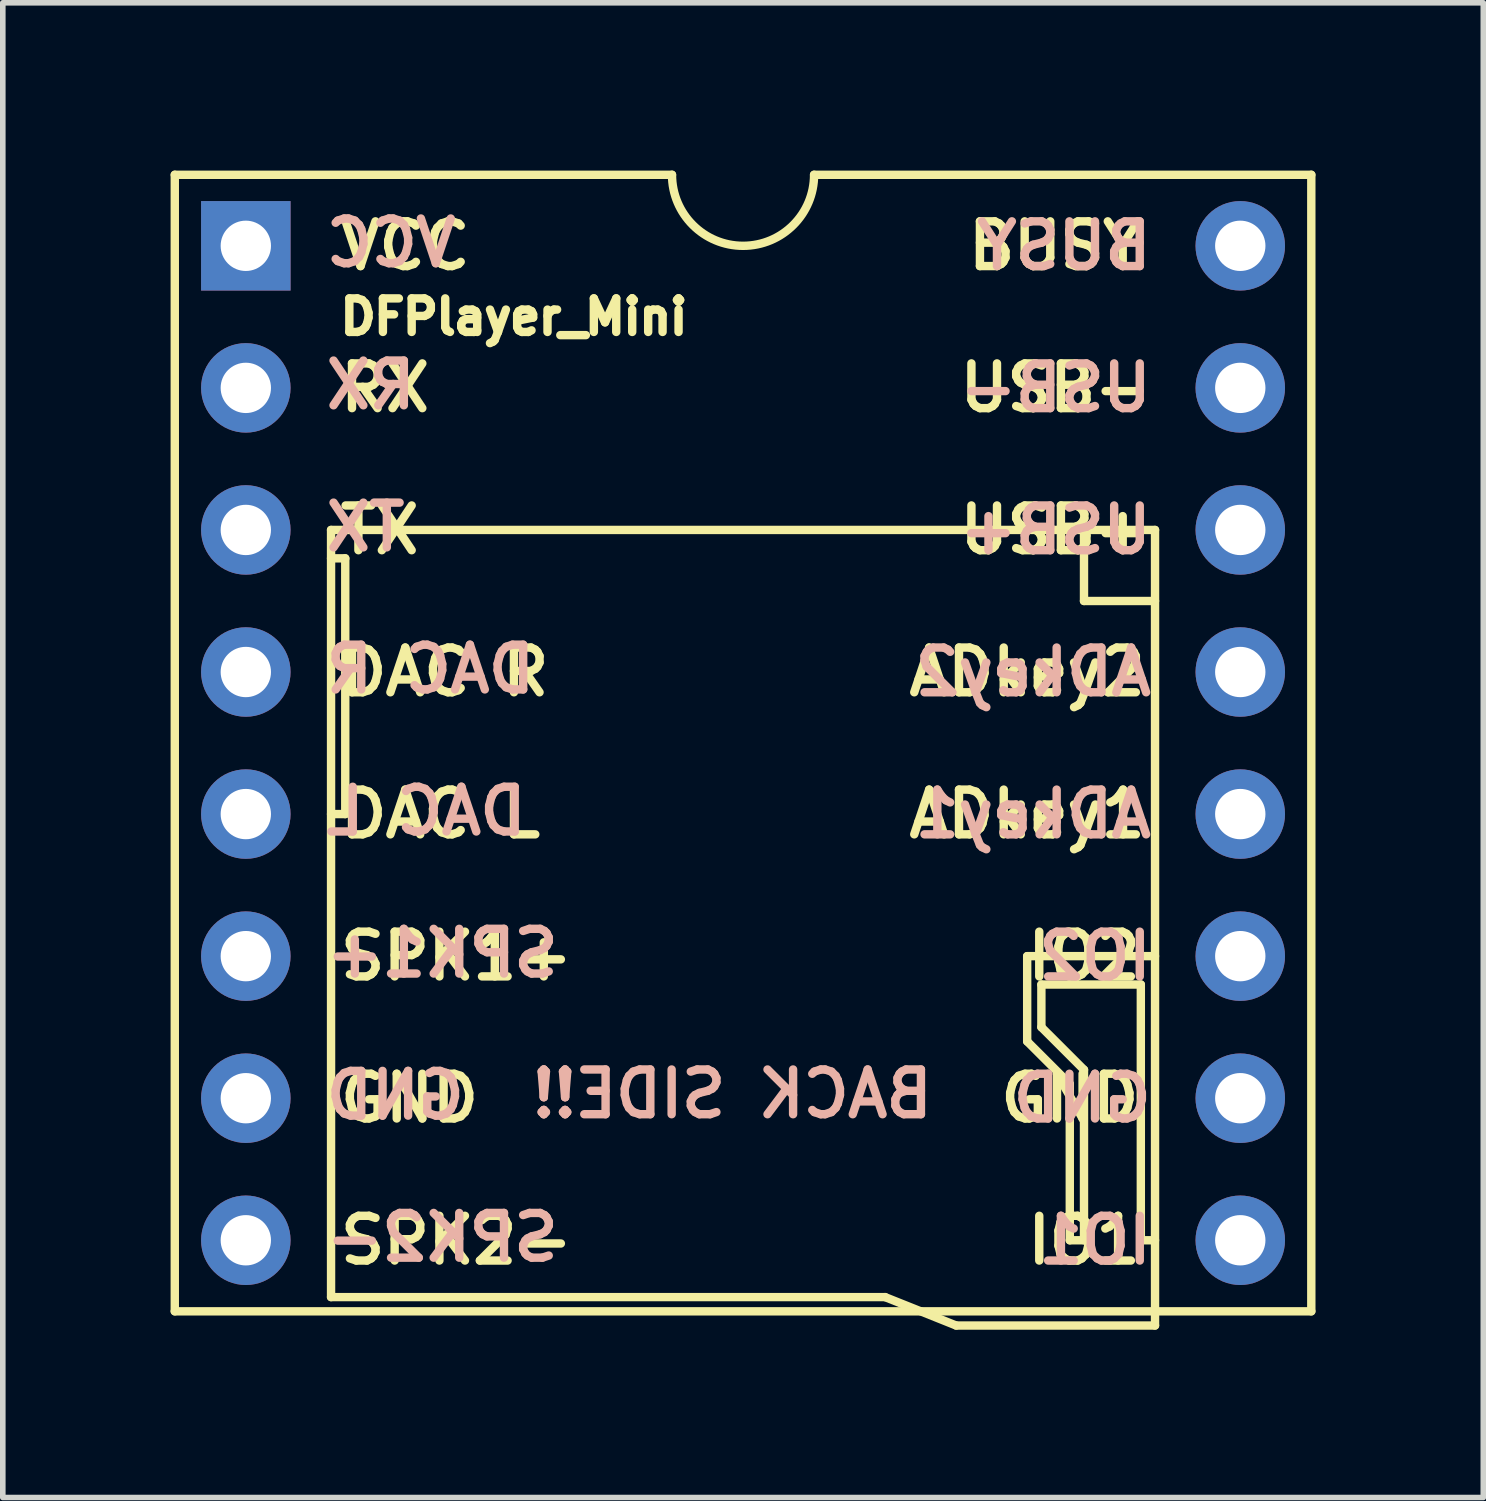
<source format=kicad_pcb>
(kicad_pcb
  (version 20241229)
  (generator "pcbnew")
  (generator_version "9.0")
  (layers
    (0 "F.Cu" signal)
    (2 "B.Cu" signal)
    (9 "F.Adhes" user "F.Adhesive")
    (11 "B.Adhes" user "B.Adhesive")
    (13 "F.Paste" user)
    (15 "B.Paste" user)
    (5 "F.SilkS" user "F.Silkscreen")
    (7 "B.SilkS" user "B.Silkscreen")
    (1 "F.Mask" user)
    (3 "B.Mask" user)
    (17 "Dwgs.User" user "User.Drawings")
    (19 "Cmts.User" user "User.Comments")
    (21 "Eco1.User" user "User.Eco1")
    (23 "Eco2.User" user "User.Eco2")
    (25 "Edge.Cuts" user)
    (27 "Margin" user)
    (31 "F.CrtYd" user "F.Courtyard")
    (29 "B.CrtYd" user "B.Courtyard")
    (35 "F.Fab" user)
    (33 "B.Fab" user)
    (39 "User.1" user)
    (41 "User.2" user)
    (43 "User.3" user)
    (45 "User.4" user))
  (footprint "DFPlayer_Mini"
    (layer "F.Cu")
    (at 10.235 11.505)
    (property "Reference" "DFPlayer_Mini" (at -4.096 -8.89 0) (layer "F.SilkS") (effects (font (size 0.6 0.6) (thickness 0.15))))
    (attr through_hole)
    (fp_line (start -10.16 8.89) (end -10.16 -11.43) (stroke (width 0.15) (type solid)) (layer "F.SilkS"))
    (fp_line (start -10.16 8.89) (end 10.16 8.89) (stroke (width 0.15) (type solid)) (layer "F.SilkS"))
    (fp_line (start -7.366 -5.08) (end -7.366 8.636) (stroke (width 0.15) (type solid)) (layer "F.SilkS"))
    (fp_line (start -7.366 -5.08) (end 7.366 -5.08) (stroke (width 0.15) (type solid)) (layer "F.SilkS"))
    (fp_line (start -7.366 -4.572) (end -7.112 -4.572) (stroke (width 0.15) (type solid)) (layer "F.SilkS"))
    (fp_line (start -7.366 8.636) (end 2.54 8.636) (stroke (width 0.15) (type solid)) (layer "F.SilkS"))
    (fp_line (start -7.112 -4.572) (end -7.112 0) (stroke (width 0.15) (type solid)) (layer "F.SilkS"))
    (fp_line (start -7.112 0) (end -7.366 0) (stroke (width 0.15) (type solid)) (layer "F.SilkS"))
    (fp_line (start -1.27 -11.43) (end -10.16 -11.43) (stroke (width 0.15) (type solid)) (layer "F.SilkS"))
    (fp_line (start 3.81 9.144) (end 2.54 8.636) (stroke (width 0.15) (type solid)) (layer "F.SilkS"))
    (fp_line (start 3.81 9.144) (end 7.366 9.144) (stroke (width 0.15) (type solid)) (layer "F.SilkS"))
    (fp_line (start 5.08 4.064) (end 5.08 2.54) (stroke (width 0.15) (type solid)) (layer "F.SilkS"))
    (fp_line (start 5.334 3.048) (end 5.334 3.81) (stroke (width 0.15) (type solid)) (layer "F.SilkS"))
    (fp_line (start 5.334 3.81) (end 6.096 4.572) (stroke (width 0.15) (type solid)) (layer "F.SilkS"))
    (fp_line (start 5.842 4.826) (end 5.08 4.064) (stroke (width 0.15) (type solid)) (layer "F.SilkS"))
    (fp_line (start 5.842 7.62) (end 5.842 4.826) (stroke (width 0.15) (type solid)) (layer "F.SilkS"))
    (fp_line (start 6.096 -3.81) (end 6.096 -5.08) (stroke (width 0.15) (type solid)) (layer "F.SilkS"))
    (fp_line (start 6.096 4.572) (end 6.096 7.62) (stroke (width 0.15) (type solid)) (layer "F.SilkS"))
    (fp_line (start 6.096 7.62) (end 5.842 7.62) (stroke (width 0.15) (type solid)) (layer "F.SilkS"))
    (fp_line (start 7.112 3.048) (end 5.334 3.048) (stroke (width 0.15) (type solid)) (layer "F.SilkS"))
    (fp_line (start 7.112 7.62) (end 7.112 3.048) (stroke (width 0.15) (type solid)) (layer "F.SilkS"))
    (fp_line (start 7.366 -5.08) (end 7.366 9.144) (stroke (width 0.15) (type solid)) (layer "F.SilkS"))
    (fp_line (start 7.366 -3.81) (end 6.096 -3.81) (stroke (width 0.15) (type solid)) (layer "F.SilkS"))
    (fp_line (start 7.366 2.54) (end 5.08 2.54) (stroke (width 0.15) (type solid)) (layer "F.SilkS"))
    (fp_line (start 7.366 7.62) (end 7.112 7.62) (stroke (width 0.15) (type solid)) (layer "F.SilkS"))
    (fp_line (start 10.16 -11.43) (end 1.27 -11.43) (stroke (width 0.15) (type solid)) (layer "F.SilkS"))
    (fp_line (start 10.16 -11.43) (end 10.16 8.89) (stroke (width 0.15) (type solid)) (layer "F.SilkS"))
    (fp_arc (start 1.27 -11.43) (mid 0 -10.16) (end -1.27 -11.43) (stroke (width 0.15) (type solid)) (layer "F.SilkS"))
    (fp_text user "IO1" (at 6.096 7.62 0) (layer "F.SilkS") (effects (font (size 0.8 0.8) (thickness 0.15))))
    (fp_text user "DAC L" (at -5.41 0 0) (layer "F.SilkS") (effects (font (size 0.8 0.8) (thickness 0.15))))
    (fp_text user "ADkey1" (at 5.08 0 0) (layer "F.SilkS") (effects (font (size 0.8 0.8) (thickness 0.15))))
    (fp_text user "IO2" (at 6.096 2.54 0) (layer "F.SilkS") (effects (font (size 0.8 0.8) (thickness 0.15))))
    (fp_text user "TX" (at -6.496 -5.08 0) (layer "F.SilkS") (effects (font (size 0.8 0.8) (thickness 0.15))))
    (fp_text user "USB+" (at 5.588 -5.08 0) (layer "F.SilkS") (effects (font (size 0.8 0.8) (thickness 0.15))))
    (fp_text user "BUSY" (at 5.588 -10.16 0) (layer "F.SilkS") (effects (font (size 0.8 0.8) (thickness 0.15))))
    (fp_text user "RX" (at -6.401 -7.62 0) (layer "F.SilkS") (effects (font (size 0.8 0.8) (thickness 0.15))))
    (fp_text user "VCC" (at -6.039 -10.16 0) (layer "F.SilkS") (effects (font (size 0.8 0.8) (thickness 0.15))))
    (fp_text user "ADkey2" (at 5.08 -2.54 0) (layer "F.SilkS") (effects (font (size 0.8 0.8) (thickness 0.15))))
    (fp_text user "SPK1+" (at -5.124 2.54 0) (layer "F.SilkS") (effects (font (size 0.8 0.8) (thickness 0.15))))
    (fp_text user "USB-" (at 5.588 -7.62 0) (layer "F.SilkS") (effects (font (size 0.8 0.8) (thickness 0.15))))
    (fp_text user "SPK2-" (at -5.124 7.62 0) (layer "F.SilkS") (effects (font (size 0.8 0.8) (thickness 0.15))))
    (fp_text user "GND" (at -5.963 5.08 0) (layer "F.SilkS") (effects (font (size 0.8 0.8) (thickness 0.15))))
    (fp_text user "GND" (at 5.842 5.08 0) (layer "F.SilkS") (effects (font (size 0.8 0.8) (thickness 0.15))))
    (fp_text user "DAC R" (at -5.334 -2.54 0) (layer "F.SilkS") (effects (font (size 0.8 0.8) (thickness 0.15))))
    (fp_text user "USB-" (at 5.588 -7.62 0) (layer "B.SilkS") (effects (font (size 0.8 0.8) (thickness 0.15)) (justify mirror)))
    (fp_text user "IO2" (at 6.293 2.54 0) (layer "B.SilkS") (effects (font (size 0.8 0.8) (thickness 0.15)) (justify mirror)))
    (fp_text user "DAC R" (at -5.588 -2.591 0) (layer "B.SilkS") (effects (font (size 0.8 0.8) (thickness 0.15)) (justify mirror)))
    (fp_text user "BACK SIDE!!" (at -0.191 5.004 0) (layer "B.SilkS") (effects (font (size 0.8 0.8) (thickness 0.15)) (justify mirror)))
    (fp_text user "SPK1+" (at -5.379 2.489 0) (layer "B.SilkS") (effects (font (size 0.8 0.8) (thickness 0.15)) (justify mirror)))
    (fp_text user "GND" (at -6.217 5.029 0) (layer "B.SilkS") (effects (font (size 0.8 0.8) (thickness 0.15)) (justify mirror)))
    (fp_text user "SPK2-" (at -5.379 7.569 0) (layer "B.SilkS") (effects (font (size 0.8 0.8) (thickness 0.15)) (justify mirror)))
    (fp_text user "ADkey2" (at 5.188 -2.54 0) (layer "B.SilkS") (effects (font (size 0.8 0.8) (thickness 0.15)) (justify mirror)))
    (fp_text user "VCC" (at -6.293 -10.211 0) (layer "B.SilkS") (effects (font (size 0.8 0.8) (thickness 0.15)) (justify mirror)))
    (fp_text user "BUSY" (at 5.74 -10.16 0) (layer "B.SilkS") (effects (font (size 0.8 0.8) (thickness 0.15)) (justify mirror)))
    (fp_text user "RX" (at -6.655 -7.671 0) (layer "B.SilkS") (effects (font (size 0.8 0.8) (thickness 0.15)) (justify mirror)))
    (fp_text user "TX" (at -6.75 -5.131 0) (layer "B.SilkS") (effects (font (size 0.8 0.8) (thickness 0.15)) (justify mirror)))
    (fp_text user "IO1" (at 6.293 7.62 0) (layer "B.SilkS") (effects (font (size 0.8 0.8) (thickness 0.15)) (justify mirror)))
    (fp_text user "GND" (at 6.064 5.08 0) (layer "B.SilkS") (effects (font (size 0.8 0.8) (thickness 0.15)) (justify mirror)))
    (fp_text user "DAC L" (at -5.664 -0.051 0) (layer "B.SilkS") (effects (font (size 0.8 0.8) (thickness 0.15)) (justify mirror)))
    (fp_text user "USB+" (at 5.588 -5.08 0) (layer "B.SilkS") (effects (font (size 0.8 0.8) (thickness 0.15)) (justify mirror)))
    (fp_text user "ADkey1" (at 5.188 0 0) (layer "B.SilkS") (effects (font (size 0.8 0.8) (thickness 0.15)) (justify mirror)))
    (pad "1" thru_hole rect (at -8.89 -10.16) (size 1.6 1.6) (drill 0.9) (layers "*.Cu" "*.Mask"))
    (pad "2" thru_hole circle (at -8.89 -7.62) (size 1.6 1.6) (drill 0.9) (layers "*.Cu" "*.Mask"))
    (pad "3" thru_hole circle (at -8.89 -5.08) (size 1.6 1.6) (drill 0.9) (layers "*.Cu" "*.Mask"))
    (pad "4" thru_hole circle (at -8.89 -2.54) (size 1.6 1.6) (drill 0.9) (layers "*.Cu" "*.Mask"))
    (pad "5" thru_hole circle (at -8.89 0) (size 1.6 1.6) (drill 0.9) (layers "*.Cu" "*.Mask"))
    (pad "6" thru_hole circle (at -8.89 2.54) (size 1.6 1.6) (drill 0.9) (layers "*.Cu" "*.Mask"))
    (pad "7" thru_hole circle (at -8.89 5.08) (size 1.6 1.6) (drill 0.9) (layers "*.Cu" "*.Mask"))
    (pad "8" thru_hole circle (at -8.89 7.62) (size 1.6 1.6) (drill 0.9) (layers "*.Cu" "*.Mask"))
    (pad "9" thru_hole circle (at 8.89 7.62) (size 1.6 1.6) (drill 0.9) (layers "*.Cu" "*.Mask"))
    (pad "10" thru_hole circle (at 8.89 5.08) (size 1.6 1.6) (drill 0.9) (layers "*.Cu" "*.Mask"))
    (pad "11" thru_hole circle (at 8.89 2.54) (size 1.6 1.6) (drill 0.9) (layers "*.Cu" "*.Mask"))
    (pad "12" thru_hole circle (at 8.89 0) (size 1.6 1.6) (drill 0.9) (layers "*.Cu" "*.Mask"))
    (pad "13" thru_hole circle (at 8.89 -2.54) (size 1.6 1.6) (drill 0.9) (layers "*.Cu" "*.Mask"))
    (pad "14" thru_hole circle (at 8.89 -5.08) (size 1.6 1.6) (drill 0.9) (layers "*.Cu" "*.Mask"))
    (pad "15" thru_hole circle (at 8.89 -7.62) (size 1.6 1.6) (drill 0.9) (layers "*.Cu" "*.Mask"))
    (pad "16" thru_hole circle (at 8.89 -10.16) (size 1.6 1.6) (drill 0.9) (layers "*.Cu" "*.Mask")))
  (gr_rect
    (start -3 -3)
    (end 23.47 23.724)
    (stroke (width 0.1) (type default))
    (fill no)
    (layer "Edge.Cuts")))
</source>
